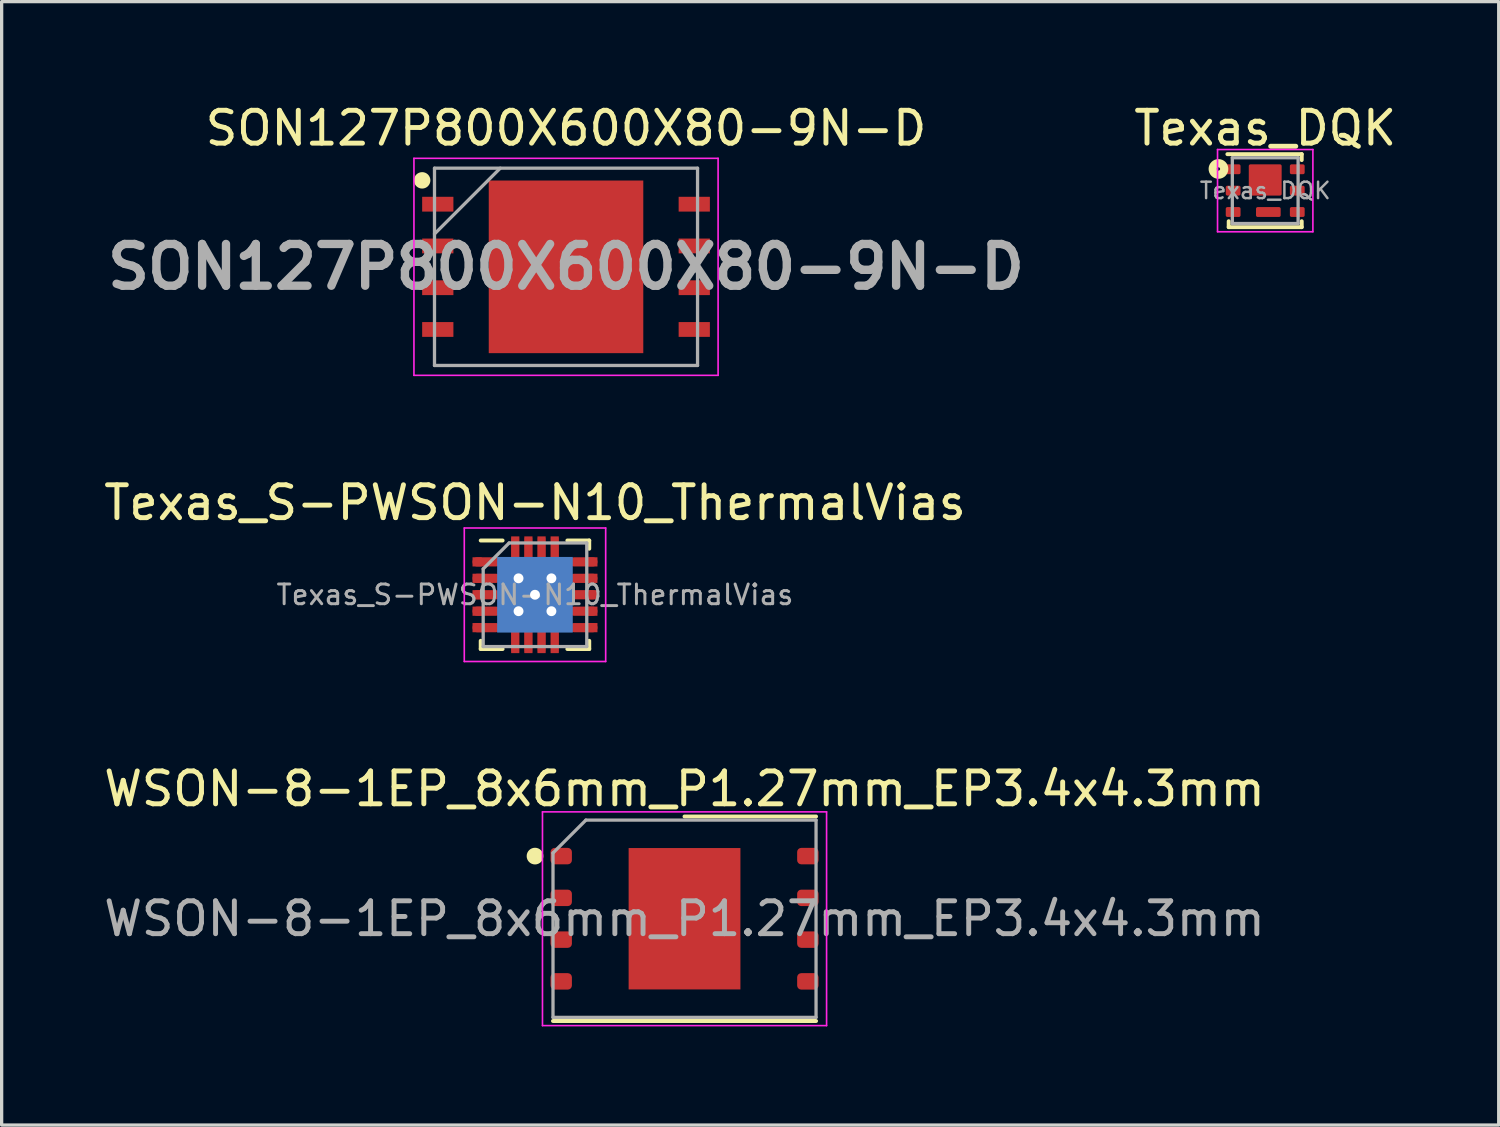
<source format=kicad_pcb>
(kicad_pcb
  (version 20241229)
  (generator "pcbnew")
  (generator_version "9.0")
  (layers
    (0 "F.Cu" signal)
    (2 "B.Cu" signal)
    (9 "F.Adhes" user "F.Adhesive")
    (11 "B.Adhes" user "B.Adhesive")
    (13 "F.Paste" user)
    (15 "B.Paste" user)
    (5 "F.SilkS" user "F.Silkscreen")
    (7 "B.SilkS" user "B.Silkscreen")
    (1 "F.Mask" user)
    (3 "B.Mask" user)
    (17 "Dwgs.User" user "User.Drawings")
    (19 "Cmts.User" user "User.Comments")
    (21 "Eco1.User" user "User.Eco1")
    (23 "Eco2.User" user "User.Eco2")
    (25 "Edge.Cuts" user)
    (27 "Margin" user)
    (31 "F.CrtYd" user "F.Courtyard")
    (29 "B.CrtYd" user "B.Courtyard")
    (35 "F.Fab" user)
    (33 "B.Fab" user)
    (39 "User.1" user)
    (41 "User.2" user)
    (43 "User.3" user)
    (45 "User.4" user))
  (footprint "SON127P800X600X80-9N-D"
    (layer "F.Cu")
    (at 14.164 5.065)
    (property "Reference" "SON127P800X600X80-9N-D" (at 0 -4.216 0) (layer "F.SilkS") (effects (font (size 1 1) (thickness 0.15))))
    (attr smd)
    (fp_circle (center -4.375 -2.63) (end -4.375 -2.505) (stroke (width 0.25) (type solid)) (fill no) (layer "F.SilkS"))
    (fp_line (start -4.625 -3.3) (end 4.625 -3.3) (stroke (width 0.05) (type solid)) (layer "F.CrtYd"))
    (fp_line (start -4.625 3.3) (end -4.625 -3.3) (stroke (width 0.05) (type solid)) (layer "F.CrtYd"))
    (fp_line (start 4.625 -3.3) (end 4.625 3.3) (stroke (width 0.05) (type solid)) (layer "F.CrtYd"))
    (fp_line (start 4.625 3.3) (end -4.625 3.3) (stroke (width 0.05) (type solid)) (layer "F.CrtYd"))
    (fp_line (start -4 -3) (end 4 -3) (stroke (width 0.1) (type solid)) (layer "F.Fab"))
    (fp_line (start -4 -1) (end -2 -3) (stroke (width 0.1) (type solid)) (layer "F.Fab"))
    (fp_line (start -4 3) (end -4 -3) (stroke (width 0.1) (type solid)) (layer "F.Fab"))
    (fp_line (start 4 -3) (end 4 3) (stroke (width 0.1) (type solid)) (layer "F.Fab"))
    (fp_line (start 4 3) (end -4 3) (stroke (width 0.1) (type solid)) (layer "F.Fab"))
    (fp_text user "${REFERENCE}" (at 0 0 0) (layer "F.Fab") (effects (font (size 1.27 1.27) (thickness 0.254))))
    (pad "1" smd rect (at -3.9 -1.905 90) (size 0.45 0.95) (layers "F.Cu" "F.Mask" "F.Paste"))
    (pad "2" smd rect (at -3.9 -0.635 90) (size 0.45 0.95) (layers "F.Cu" "F.Mask" "F.Paste"))
    (pad "3" smd rect (at -3.9 0.635 90) (size 0.45 0.95) (layers "F.Cu" "F.Mask" "F.Paste"))
    (pad "4" smd rect (at -3.9 1.905 90) (size 0.45 0.95) (layers "F.Cu" "F.Mask" "F.Paste"))
    (pad "5" smd rect (at 3.9 1.905 90) (size 0.45 0.95) (layers "F.Cu" "F.Mask" "F.Paste"))
    (pad "6" smd rect (at 3.9 0.635 90) (size 0.45 0.95) (layers "F.Cu" "F.Mask" "F.Paste"))
    (pad "7" smd rect (at 3.9 -0.635 90) (size 0.45 0.95) (layers "F.Cu" "F.Mask" "F.Paste"))
    (pad "8" smd rect (at 3.9 -1.905 90) (size 0.45 0.95) (layers "F.Cu" "F.Mask" "F.Paste"))
    (pad "9" smd rect (at 0 0) (size 4.7 5.25) (layers "F.Cu" "F.Mask" "F.Paste")))
  (footprint "Texas_DQK"
    (layer "F.Cu")
    (at 35.428 2.748)
    (property "Reference" "Texas_DQK" (at 0 -1.9 0) (layer "F.SilkS") (effects (font (size 1 1) (thickness 0.15))))
    (attr smd)
    (fp_line (start -1.15 -1.11) (end 1.11 -1.11) (stroke (width 0.12) (type solid)) (layer "F.SilkS"))
    (fp_line (start -1.11 0.93) (end -1.11 1.11) (stroke (width 0.12) (type solid)) (layer "F.SilkS"))
    (fp_line (start -1.11 1.11) (end 1.11 1.11) (stroke (width 0.12) (type solid)) (layer "F.SilkS"))
    (fp_line (start 1.11 -1.11) (end 1.11 -0.93) (stroke (width 0.12) (type solid)) (layer "F.SilkS"))
    (fp_line (start 1.11 0.93) (end 1.11 1.11) (stroke (width 0.12) (type solid)) (layer "F.SilkS"))
    (fp_circle (center -1.422 -0.66) (end -1.372 -0.66) (stroke (width 0.25) (type solid)) (fill no) (layer "F.SilkS"))
    (fp_line (start -1.45 -1.25) (end -1.45 1.25) (stroke (width 0.05) (type solid)) (layer "F.CrtYd"))
    (fp_line (start -1.45 -1.25) (end 1.45 -1.25) (stroke (width 0.05) (type solid)) (layer "F.CrtYd"))
    (fp_line (start -1.45 1.25) (end 1.45 1.25) (stroke (width 0.05) (type solid)) (layer "F.CrtYd"))
    (fp_line (start 1.45 -1.25) (end 1.45 1.25) (stroke (width 0.05) (type solid)) (layer "F.CrtYd"))
    (fp_line (start -1 -1) (end -1 1) (stroke (width 0.1) (type solid)) (layer "F.Fab"))
    (fp_line (start -1 -1) (end 1 -1) (stroke (width 0.1) (type solid)) (layer "F.Fab"))
    (fp_line (start -1 1) (end 1 1) (stroke (width 0.1) (type solid)) (layer "F.Fab"))
    (fp_line (start 1 -1) (end 1 1) (stroke (width 0.1) (type solid)) (layer "F.Fab"))
    (fp_text user "${REFERENCE}" (at 0 0 0) (layer "F.Fab") (effects (font (size 0.5 0.5) (thickness 0.075))))
    (pad "" smd roundrect (at 0 -0.325) (size 0.9 0.86) (layers "F.Paste") (roundrect_rratio 0.058))
    (pad "" smd roundrect (at 0.095 0.65) (size 0.7 0.29) (layers "F.Paste") (roundrect_rratio 0.172))
    (pad "1" smd roundrect (at -0.975 -0.65) (size 0.45 0.3) (layers "F.Cu" "F.Mask" "F.Paste") (roundrect_rratio 0.167))
    (pad "2" smd roundrect (at -0.975 0) (size 0.45 0.3) (layers "F.Cu" "F.Mask" "F.Paste") (roundrect_rratio 0.167))
    (pad "3" smd roundrect (at -0.975 0.65) (size 0.45 0.3) (layers "F.Cu" "F.Mask" "F.Paste") (roundrect_rratio 0.167))
    (pad "4" smd roundrect (at 0.975 0.65) (size 0.45 0.3) (layers "F.Cu" "F.Mask" "F.Paste") (roundrect_rratio 0.167))
    (pad "5" smd roundrect (at 0.975 0) (size 0.45 0.3) (layers "F.Cu" "F.Mask" "F.Paste") (roundrect_rratio 0.167))
    (pad "6" smd roundrect (at 0.975 -0.65) (size 0.45 0.3) (layers "F.Cu" "F.Mask" "F.Paste") (roundrect_rratio 0.167))
    (pad "7" smd roundrect (at 0.095 0.65) (size 0.75 0.3) (layers "F.Cu" "F.Mask") (roundrect_rratio 0.167))
    (pad "8" smd roundrect (at 0 -0.325) (size 1 0.95) (layers "F.Cu" "F.Mask") (roundrect_rratio 0.053)))
  (footprint "Texas_S-PWSON-N10_ThermalVias"
    (layer "F.Cu")
    (at 13.22 15.038)
    (property "Reference" "Texas_S-PWSON-N10_ThermalVias" (at 0 -2.8 0) (layer "F.SilkS") (effects (font (size 1 1) (thickness 0.15))))
    (attr smd)
    (fp_line (start -1.65 -1.65) (end -0.985 -1.65) (stroke (width 0.12) (type solid)) (layer "F.SilkS"))
    (fp_line (start -1.65 1.65) (end -1.65 1.4) (stroke (width 0.12) (type solid)) (layer "F.SilkS"))
    (fp_line (start -1.65 1.65) (end -0.985 1.65) (stroke (width 0.12) (type solid)) (layer "F.SilkS"))
    (fp_line (start 0.985 -1.65) (end 1.65 -1.65) (stroke (width 0.12) (type solid)) (layer "F.SilkS"))
    (fp_line (start 0.985 1.65) (end 1.65 1.65) (stroke (width 0.12) (type solid)) (layer "F.SilkS"))
    (fp_line (start 1.65 -1.4) (end 1.65 -1.65) (stroke (width 0.12) (type solid)) (layer "F.SilkS"))
    (fp_line (start 1.65 1.4) (end 1.65 1.65) (stroke (width 0.12) (type solid)) (layer "F.SilkS"))
    (fp_line (start -2.15 -2.03) (end -2.15 2.03) (stroke (width 0.05) (type solid)) (layer "F.CrtYd"))
    (fp_line (start -2.15 -2.03) (end 2.15 -2.03) (stroke (width 0.05) (type solid)) (layer "F.CrtYd"))
    (fp_line (start -2.15 2.03) (end 2.15 2.03) (stroke (width 0.05) (type solid)) (layer "F.CrtYd"))
    (fp_line (start 2.15 -2.03) (end 2.15 2.03) (stroke (width 0.05) (type solid)) (layer "F.CrtYd"))
    (fp_line (start -1.575 1.575) (end -1.575 -0.787) (stroke (width 0.1) (type solid)) (layer "F.Fab"))
    (fp_line (start -0.787 -1.575) (end -1.575 -0.787) (stroke (width 0.1) (type solid)) (layer "F.Fab"))
    (fp_line (start -0.787 -1.575) (end 1.575 -1.575) (stroke (width 0.1) (type solid)) (layer "F.Fab"))
    (fp_line (start 1.575 -1.575) (end 1.575 1.575) (stroke (width 0.1) (type solid)) (layer "F.Fab"))
    (fp_line (start 1.575 1.575) (end -1.575 1.575) (stroke (width 0.1) (type solid)) (layer "F.Fab"))
    (fp_text user "${REFERENCE}" (at 0 0 0) (layer "F.Fab") (effects (font (size 0.6 0.6) (thickness 0.09))))
    (pad "1" smd rect (at -1.76 -1) (size 0.28 0.28) (layers "F.Cu" "F.Mask" "F.Paste"))
    (pad "1" smd oval (at -1.475 -1) (size 0.85 0.28) (layers "F.Cu" "F.Mask" "F.Paste"))
    (pad "2" smd rect (at -1.76 -0.5) (size 0.28 0.28) (layers "F.Cu" "F.Mask" "F.Paste"))
    (pad "2" smd oval (at -1.475 -0.5) (size 0.85 0.28) (layers "F.Cu" "F.Mask" "F.Paste"))
    (pad "3" smd rect (at -1.76 0) (size 0.28 0.28) (layers "F.Cu" "F.Mask" "F.Paste"))
    (pad "3" smd oval (at -1.475 0) (size 0.85 0.28) (layers "F.Cu" "F.Mask" "F.Paste"))
    (pad "4" smd rect (at -1.76 0.5) (size 0.28 0.28) (layers "F.Cu" "F.Mask" "F.Paste"))
    (pad "4" smd oval (at -1.475 0.5) (size 0.85 0.28) (layers "F.Cu" "F.Mask" "F.Paste"))
    (pad "5" smd rect (at -1.76 1) (size 0.28 0.28) (layers "F.Cu" "F.Mask" "F.Paste"))
    (pad "5" smd oval (at -1.475 1) (size 0.85 0.28) (layers "F.Cu" "F.Mask" "F.Paste"))
    (pad "6" smd oval (at 1.475 1) (size 0.85 0.28) (layers "F.Cu" "F.Mask" "F.Paste"))
    (pad "6" smd rect (at 1.76 1) (size 0.28 0.28) (layers "F.Cu" "F.Mask" "F.Paste"))
    (pad "7" smd oval (at 1.475 0.5) (size 0.85 0.28) (layers "F.Cu" "F.Mask" "F.Paste"))
    (pad "7" smd rect (at 1.76 0.5) (size 0.28 0.28) (layers "F.Cu" "F.Mask" "F.Paste"))
    (pad "8" smd oval (at 1.475 0) (size 0.85 0.28) (layers "F.Cu" "F.Mask" "F.Paste"))
    (pad "8" smd rect (at 1.76 0) (size 0.28 0.28) (layers "F.Cu" "F.Mask" "F.Paste"))
    (pad "9" smd oval (at 1.475 -0.5) (size 0.85 0.28) (layers "F.Cu" "F.Mask" "F.Paste"))
    (pad "9" smd rect (at 1.76 -0.5) (size 0.28 0.28) (layers "F.Cu" "F.Mask" "F.Paste"))
    (pad "10" smd oval (at 1.475 -1) (size 0.85 0.28) (layers "F.Cu" "F.Mask" "F.Paste"))
    (pad "10" smd rect (at 1.76 -1) (size 0.28 0.28) (layers "F.Cu" "F.Mask" "F.Paste"))
    (pad "11" smd rect (at -0.6 -1.425) (size 0.23 0.6) (layers "F.Cu" "F.Mask" "F.Paste"))
    (pad "11" smd rect (at -0.6 -1.425) (size 0.25 0.7) (layers "F.Cu" "F.Mask" "F.Paste"))
    (pad "11" smd rect (at -0.6 1.425) (size 0.23 0.6) (layers "F.Cu" "F.Mask" "F.Paste"))
    (pad "11" smd rect (at -0.6 1.425) (size 0.25 0.7) (layers "F.Cu" "F.Mask" "F.Paste"))
    (pad "11" thru_hole circle (at -0.5 -0.5) (size 0.6 0.6) (drill 0.3) (layers "*.Cu" "*.Mask"))
    (pad "11" thru_hole circle (at -0.5 0.5) (size 0.6 0.6) (drill 0.3) (layers "*.Cu" "*.Mask"))
    (pad "11" smd rect (at -0.435 -0.56) (size 0.65 0.9) (layers "F.Cu" "F.Mask" "F.Paste"))
    (pad "11" smd rect (at -0.435 0.56) (size 0.65 0.9) (layers "F.Cu" "F.Mask" "F.Paste"))
    (pad "11" smd rect (at -0.2 -1.425) (size 0.23 0.6) (layers "F.Cu" "F.Mask" "F.Paste"))
    (pad "11" smd rect (at -0.2 -1.425) (size 0.25 0.7) (layers "F.Cu" "F.Mask" "F.Paste"))
    (pad "11" smd rect (at -0.2 1.425) (size 0.23 0.6) (layers "F.Cu" "F.Mask" "F.Paste"))
    (pad "11" smd rect (at -0.2 1.425) (size 0.25 0.7) (layers "F.Cu" "F.Mask" "F.Paste"))
    (pad "11" smd rect (at -0.001 0) (size 2.3 2.3) (layers "B.Cu"))
    (pad "11" thru_hole circle (at 0 0) (size 0.6 0.6) (drill 0.3) (layers "*.Cu" "*.Mask"))
    (pad "11" smd rect (at 0 0) (size 1.7 2.15) (layers "F.Cu" "F.Mask"))
    (pad "11" smd rect (at 0.2 -1.425) (size 0.23 0.6) (layers "F.Cu" "F.Mask" "F.Paste"))
    (pad "11" smd rect (at 0.2 -1.425) (size 0.25 0.7) (layers "F.Cu" "F.Mask" "F.Paste"))
    (pad "11" smd rect (at 0.2 1.425) (size 0.23 0.6) (layers "F.Cu" "F.Mask" "F.Paste"))
    (pad "11" smd rect (at 0.2 1.425) (size 0.25 0.7) (layers "F.Cu" "F.Mask" "F.Paste"))
    (pad "11" smd rect (at 0.435 -0.56) (size 0.65 0.9) (layers "F.Cu" "F.Mask" "F.Paste"))
    (pad "11" smd rect (at 0.435 0.56) (size 0.65 0.9) (layers "F.Cu" "F.Mask" "F.Paste"))
    (pad "11" thru_hole circle (at 0.5 -0.5) (size 0.6 0.6) (drill 0.3) (layers "*.Cu" "*.Mask"))
    (pad "11" thru_hole circle (at 0.5 0.5) (size 0.6 0.6) (drill 0.3) (layers "*.Cu" "*.Mask"))
    (pad "11" smd rect (at 0.6 -1.425) (size 0.23 0.6) (layers "F.Cu" "F.Mask" "F.Paste"))
    (pad "11" smd rect (at 0.6 -1.425) (size 0.25 0.7) (layers "F.Cu" "F.Mask" "F.Paste"))
    (pad "11" smd rect (at 0.6 1.425) (size 0.23 0.6) (layers "F.Cu" "F.Mask" "F.Paste"))
    (pad "11" smd rect (at 0.6 1.425) (size 0.25 0.7) (layers "F.Cu" "F.Mask" "F.Paste")))
  (footprint "WSON-8-1EP_8x6mm_P1.27mm_EP3.4x4.3mm"
    (layer "F.Cu")
    (at 17.768 24.891)
    (property "Reference" "WSON-8-1EP_8x6mm_P1.27mm_EP3.4x4.3mm" (at 0 -3.95 180) (layer "F.SilkS") (effects (font (size 1 1) (thickness 0.15))))
    (attr smd)
    (fp_line (start -4 3.11) (end 4 3.11) (stroke (width 0.12) (type solid)) (layer "F.SilkS"))
    (fp_line (start 0 -3.11) (end 4 -3.11) (stroke (width 0.12) (type solid)) (layer "F.SilkS"))
    (fp_circle (center -4.547 -1.905) (end -4.343 -1.905) (stroke (width 0.1) (type solid)) (fill yes) (layer "F.SilkS"))
    (fp_line (start -4.32 -3.25) (end -4.32 3.25) (stroke (width 0.05) (type solid)) (layer "F.CrtYd"))
    (fp_line (start -4.32 3.25) (end 4.32 3.25) (stroke (width 0.05) (type solid)) (layer "F.CrtYd"))
    (fp_line (start 4.32 -3.25) (end -4.32 -3.25) (stroke (width 0.05) (type solid)) (layer "F.CrtYd"))
    (fp_line (start 4.32 3.25) (end 4.32 -3.25) (stroke (width 0.05) (type solid)) (layer "F.CrtYd"))
    (fp_line (start -4 -2) (end -3 -3) (stroke (width 0.1) (type solid)) (layer "F.Fab"))
    (fp_line (start -4 3) (end -4 -2) (stroke (width 0.1) (type solid)) (layer "F.Fab"))
    (fp_line (start -3 -3) (end 4 -3) (stroke (width 0.1) (type solid)) (layer "F.Fab"))
    (fp_line (start 4 -3) (end 4 3) (stroke (width 0.1) (type solid)) (layer "F.Fab"))
    (fp_line (start 4 3) (end -4 3) (stroke (width 0.1) (type solid)) (layer "F.Fab"))
    (fp_text user "${REFERENCE}" (at 0 0 180) (layer "F.Fab") (effects (font (size 1 1) (thickness 0.15))))
    (pad "" smd roundrect (at -0.85 -1.075) (size 1.37 1.73) (layers "F.Paste") (roundrect_rratio 0.182))
    (pad "" smd roundrect (at -0.85 1.075) (size 1.37 1.73) (layers "F.Paste") (roundrect_rratio 0.182))
    (pad "" smd roundrect (at 0.85 -1.075) (size 1.37 1.73) (layers "F.Paste") (roundrect_rratio 0.182))
    (pad "" smd roundrect (at 0.85 1.075) (size 1.37 1.73) (layers "F.Paste") (roundrect_rratio 0.182))
    (pad "1" smd roundrect (at -3.75 -1.905) (size 0.65 0.5) (layers "F.Cu" "F.Mask" "F.Paste") (roundrect_rratio 0.25))
    (pad "2" smd roundrect (at -3.75 -0.635) (size 0.65 0.5) (layers "F.Cu" "F.Mask" "F.Paste") (roundrect_rratio 0.25))
    (pad "3" smd roundrect (at -3.75 0.635) (size 0.65 0.5) (layers "F.Cu" "F.Mask" "F.Paste") (roundrect_rratio 0.25))
    (pad "4" smd roundrect (at -3.75 1.905) (size 0.65 0.5) (layers "F.Cu" "F.Mask" "F.Paste") (roundrect_rratio 0.25))
    (pad "5" smd roundrect (at 3.75 1.905) (size 0.65 0.5) (layers "F.Cu" "F.Mask" "F.Paste") (roundrect_rratio 0.25))
    (pad "6" smd roundrect (at 3.75 0.635) (size 0.65 0.5) (layers "F.Cu" "F.Mask" "F.Paste") (roundrect_rratio 0.25))
    (pad "7" smd roundrect (at 3.75 -0.635) (size 0.65 0.5) (layers "F.Cu" "F.Mask" "F.Paste") (roundrect_rratio 0.25))
    (pad "8" smd roundrect (at 3.75 -1.905) (size 0.65 0.5) (layers "F.Cu" "F.Mask" "F.Paste") (roundrect_rratio 0.25))
    (pad "9" smd rect (at 0 0) (size 3.4 4.3) (layers "F.Cu" "F.Mask")))
  (gr_rect
    (start -3 -3)
    (end 42.529 31.166)
    (stroke (width 0.1) (type default))
    (fill no)
    (layer "Edge.Cuts")))
</source>
